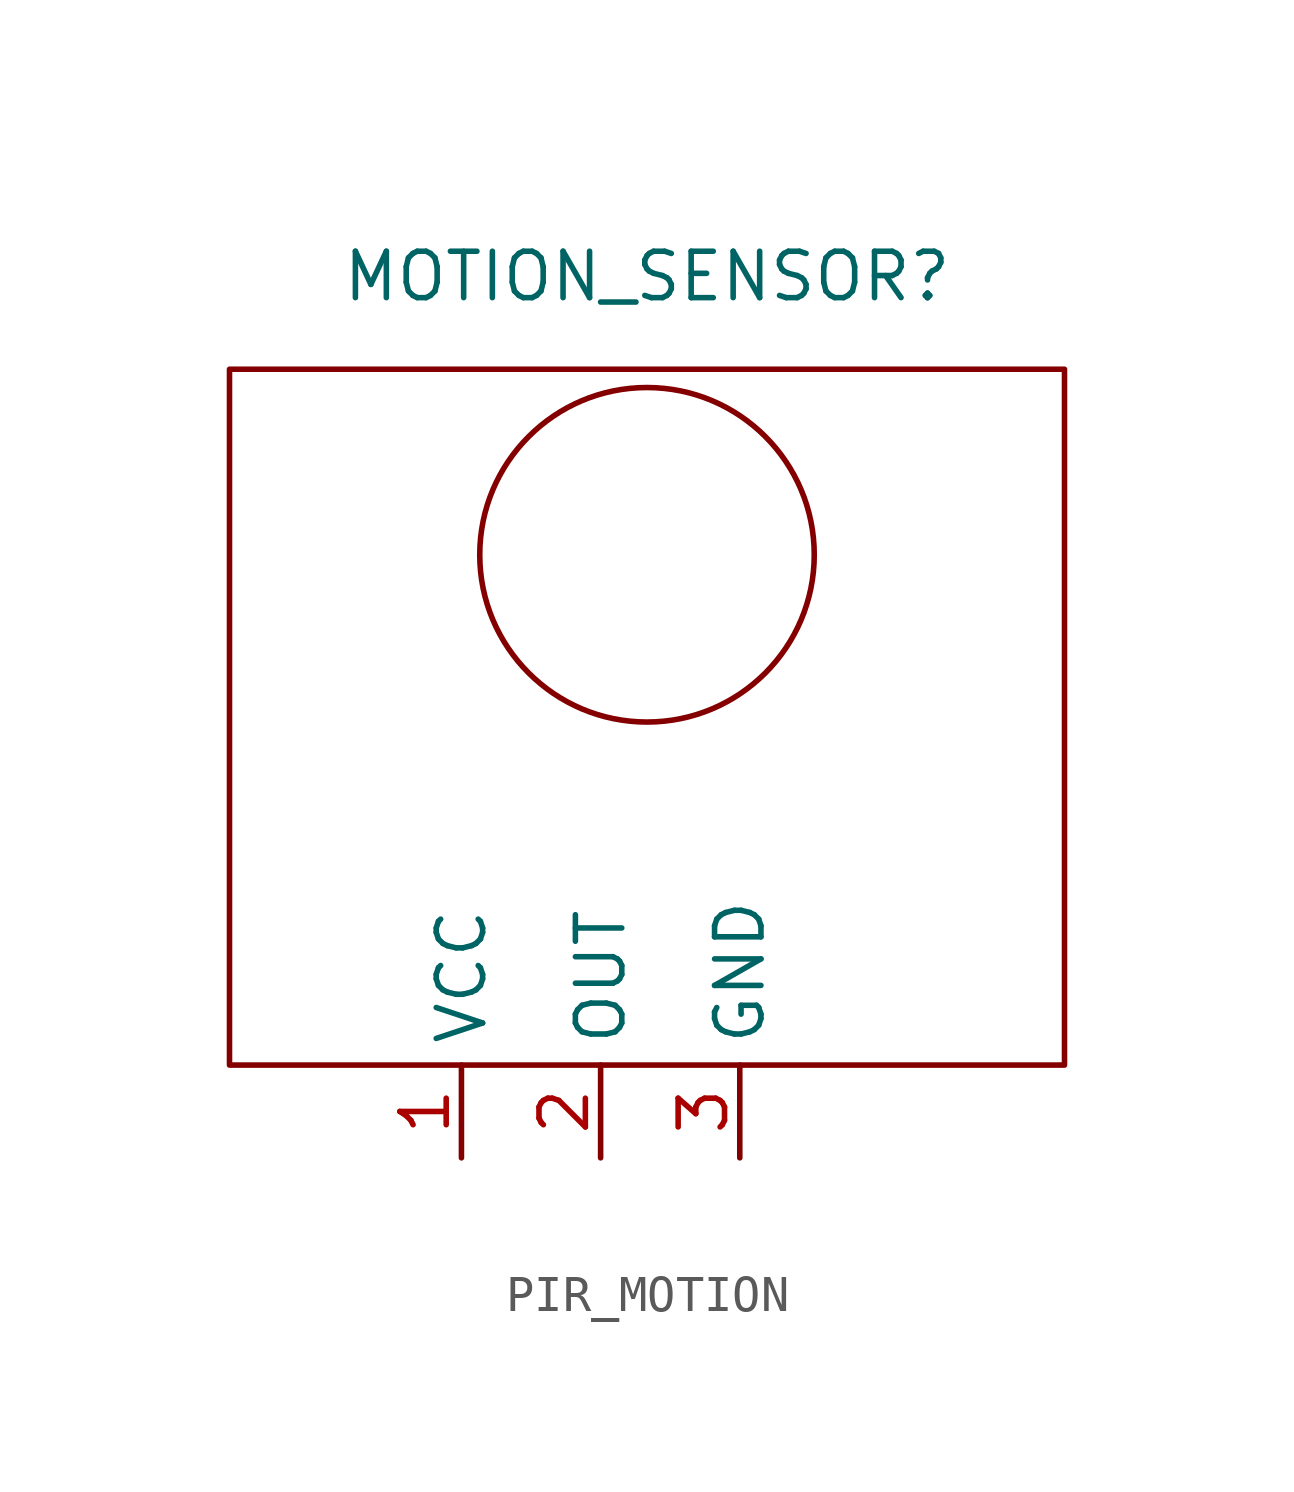
<source format=kicad_sym>
(kicad_symbol_lib
  (version 20220914)
  (generator kicad_symbol_editor)
  (symbol "PIR_MOTION"
    (property "Reference" "MOTION_SENSOR"
      (at 0 0 0)
      (effects (font (size 1.27 1.27))))
    (property "Value" ""
      (at 0 0 0)
      (effects (font (size 1.27 1.27))))
    (symbol "PIR_MOTION_0_1"
      (rectangle (start -11.43 -2.54) (end 11.43 -21.59) (stroke (width 0) (type default)) (fill (type none)))
      (circle (center 0 -7.62) (radius 4.579) (stroke (width 0) (type default)) (fill (type none))))
    (symbol "PIR_MOTION_1_1"
      (pin input line (at -5.08 -24.13 90) (length 2.54) (name "VCC" (effects (font (size 1.27 1.27)))) (number "1" (effects (font (size 1.27 1.27)))))
      (pin output line (at -1.27 -24.13 90) (length 2.54) (name "OUT" (effects (font (size 1.27 1.27)))) (number "2" (effects (font (size 1.27 1.27)))))
      (pin input line (at 2.54 -24.13 90) (length 2.54) (name "GND" (effects (font (size 1.27 1.27)))) (number "3" (effects (font (size 1.27 1.27))))))))
</source>
